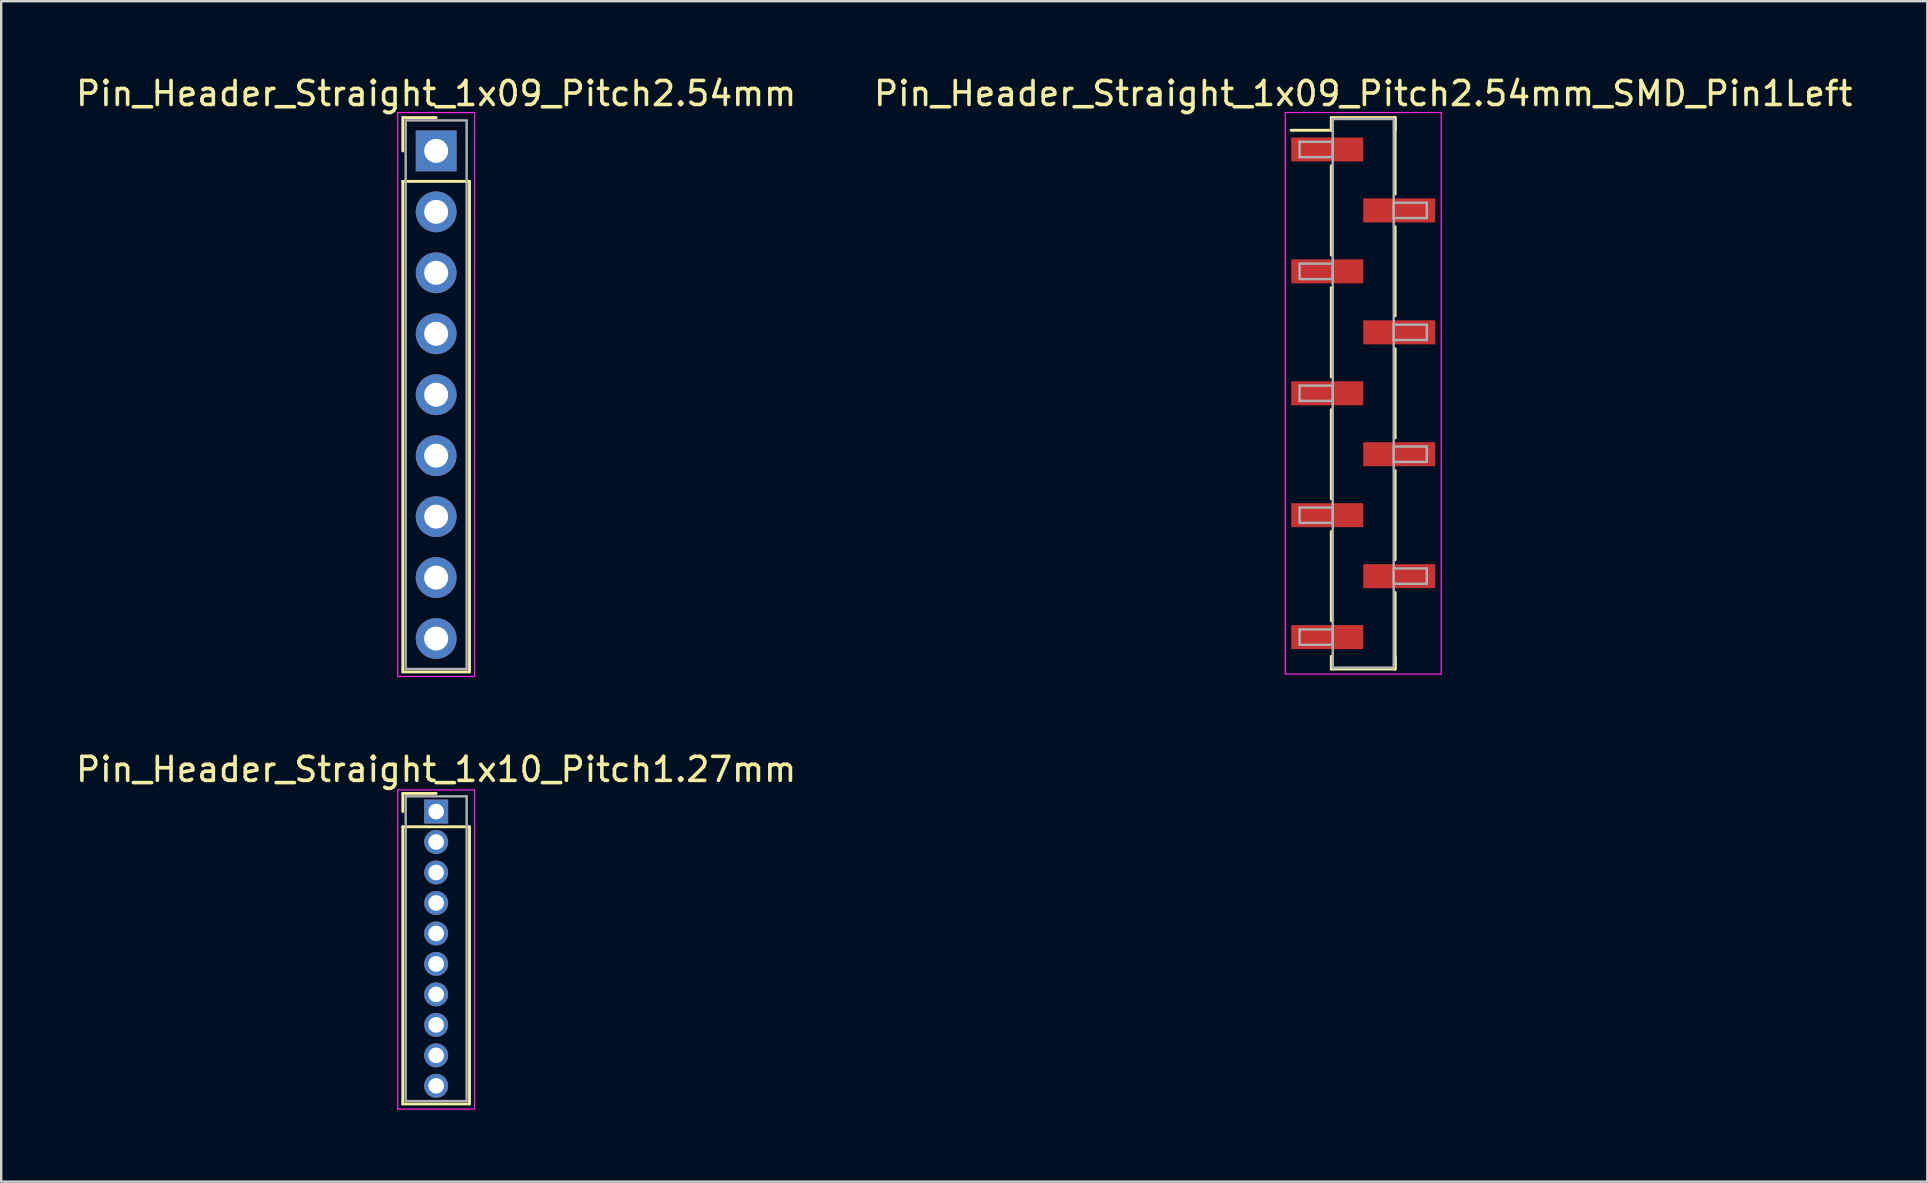
<source format=kicad_pcb>
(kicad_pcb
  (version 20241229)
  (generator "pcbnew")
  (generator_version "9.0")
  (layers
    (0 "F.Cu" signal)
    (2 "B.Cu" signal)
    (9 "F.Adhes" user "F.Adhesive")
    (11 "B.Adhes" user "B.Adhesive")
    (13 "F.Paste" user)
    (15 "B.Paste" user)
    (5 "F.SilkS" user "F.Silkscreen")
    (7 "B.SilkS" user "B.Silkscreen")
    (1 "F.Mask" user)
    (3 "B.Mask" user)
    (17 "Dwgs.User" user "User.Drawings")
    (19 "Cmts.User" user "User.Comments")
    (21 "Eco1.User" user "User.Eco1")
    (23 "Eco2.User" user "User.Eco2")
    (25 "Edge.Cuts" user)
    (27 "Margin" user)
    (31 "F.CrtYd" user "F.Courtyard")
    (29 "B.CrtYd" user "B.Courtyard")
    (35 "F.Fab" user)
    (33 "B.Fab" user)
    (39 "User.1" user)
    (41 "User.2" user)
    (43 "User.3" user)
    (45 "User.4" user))
  (footprint "Pin_Header_Straight_1x09_Pitch2.54mm_SMD_Pin1Left"
    (layer "F.Cu")
    (at 53.756 13.338)
    (property "Reference" "Pin_Header_Straight_1x09_Pitch2.54mm_SMD_Pin1Left" (at 0 -12.49 0) (layer "F.SilkS") (effects (font (size 1 1) (thickness 0.15))))
    (attr smd)
    (fp_line (start -1.33 -11.49) (end 1.33 -11.49) (stroke (width 0.12) (type solid)) (layer "F.SilkS"))
    (fp_line (start -1.33 -10.96) (end -3 -10.96) (stroke (width 0.12) (type solid)) (layer "F.SilkS"))
    (fp_line (start -1.33 -10.96) (end -1.33 -11.49) (stroke (width 0.12) (type solid)) (layer "F.SilkS"))
    (fp_line (start -1.33 -9.48) (end -1.33 -5.76) (stroke (width 0.12) (type solid)) (layer "F.SilkS"))
    (fp_line (start -1.33 -4.4) (end -1.33 -0.68) (stroke (width 0.12) (type solid)) (layer "F.SilkS"))
    (fp_line (start -1.33 0.68) (end -1.33 4.4) (stroke (width 0.12) (type solid)) (layer "F.SilkS"))
    (fp_line (start -1.33 5.76) (end -1.33 9.48) (stroke (width 0.12) (type solid)) (layer "F.SilkS"))
    (fp_line (start -1.33 10.96) (end -1.33 11.49) (stroke (width 0.12) (type solid)) (layer "F.SilkS"))
    (fp_line (start -1.33 11.49) (end 1.33 11.49) (stroke (width 0.12) (type solid)) (layer "F.SilkS"))
    (fp_line (start 1.33 -11.49) (end 1.33 -10.96) (stroke (width 0.12) (type solid)) (layer "F.SilkS"))
    (fp_line (start 1.33 -11.49) (end 1.33 -8.3) (stroke (width 0.12) (type solid)) (layer "F.SilkS"))
    (fp_line (start 1.33 -6.94) (end 1.33 -3.22) (stroke (width 0.12) (type solid)) (layer "F.SilkS"))
    (fp_line (start 1.33 -1.86) (end 1.33 1.86) (stroke (width 0.12) (type solid)) (layer "F.SilkS"))
    (fp_line (start 1.33 3.22) (end 1.33 6.94) (stroke (width 0.12) (type solid)) (layer "F.SilkS"))
    (fp_line (start 1.33 8.3) (end 1.33 11.49) (stroke (width 0.12) (type solid)) (layer "F.SilkS"))
    (fp_line (start 1.33 11.49) (end 1.33 10.96) (stroke (width 0.12) (type solid)) (layer "F.SilkS"))
    (fp_line (start -3.25 -11.7) (end -3.25 11.7) (stroke (width 0.05) (type solid)) (layer "F.CrtYd"))
    (fp_line (start -3.25 11.7) (end 3.25 11.7) (stroke (width 0.05) (type solid)) (layer "F.CrtYd"))
    (fp_line (start 3.25 -11.7) (end -3.25 -11.7) (stroke (width 0.05) (type solid)) (layer "F.CrtYd"))
    (fp_line (start 3.25 11.7) (end 3.25 -11.7) (stroke (width 0.05) (type solid)) (layer "F.CrtYd"))
    (fp_line (start -2.65 -10.48) (end -1.27 -10.48) (stroke (width 0.1) (type solid)) (layer "F.Fab"))
    (fp_line (start -2.65 -9.84) (end -2.65 -10.48) (stroke (width 0.1) (type solid)) (layer "F.Fab"))
    (fp_line (start -2.65 -5.4) (end -1.27 -5.4) (stroke (width 0.1) (type solid)) (layer "F.Fab"))
    (fp_line (start -2.65 -4.76) (end -2.65 -5.4) (stroke (width 0.1) (type solid)) (layer "F.Fab"))
    (fp_line (start -2.65 -0.32) (end -1.27 -0.32) (stroke (width 0.1) (type solid)) (layer "F.Fab"))
    (fp_line (start -2.65 0.32) (end -2.65 -0.32) (stroke (width 0.1) (type solid)) (layer "F.Fab"))
    (fp_line (start -2.65 4.76) (end -1.27 4.76) (stroke (width 0.1) (type solid)) (layer "F.Fab"))
    (fp_line (start -2.65 5.4) (end -2.65 4.76) (stroke (width 0.1) (type solid)) (layer "F.Fab"))
    (fp_line (start -2.65 9.84) (end -1.27 9.84) (stroke (width 0.1) (type solid)) (layer "F.Fab"))
    (fp_line (start -2.65 10.48) (end -2.65 9.84) (stroke (width 0.1) (type solid)) (layer "F.Fab"))
    (fp_line (start -1.27 -11.43) (end -1.27 11.43) (stroke (width 0.1) (type solid)) (layer "F.Fab"))
    (fp_line (start -1.27 -10.48) (end -1.27 -9.84) (stroke (width 0.1) (type solid)) (layer "F.Fab"))
    (fp_line (start -1.27 -9.84) (end -2.65 -9.84) (stroke (width 0.1) (type solid)) (layer "F.Fab"))
    (fp_line (start -1.27 -5.4) (end -1.27 -4.76) (stroke (width 0.1) (type solid)) (layer "F.Fab"))
    (fp_line (start -1.27 -4.76) (end -2.65 -4.76) (stroke (width 0.1) (type solid)) (layer "F.Fab"))
    (fp_line (start -1.27 -0.32) (end -1.27 0.32) (stroke (width 0.1) (type solid)) (layer "F.Fab"))
    (fp_line (start -1.27 0.32) (end -2.65 0.32) (stroke (width 0.1) (type solid)) (layer "F.Fab"))
    (fp_line (start -1.27 4.76) (end -1.27 5.4) (stroke (width 0.1) (type solid)) (layer "F.Fab"))
    (fp_line (start -1.27 5.4) (end -2.65 5.4) (stroke (width 0.1) (type solid)) (layer "F.Fab"))
    (fp_line (start -1.27 9.84) (end -1.27 10.48) (stroke (width 0.1) (type solid)) (layer "F.Fab"))
    (fp_line (start -1.27 10.48) (end -2.65 10.48) (stroke (width 0.1) (type solid)) (layer "F.Fab"))
    (fp_line (start -1.27 11.43) (end 1.27 11.43) (stroke (width 0.1) (type solid)) (layer "F.Fab"))
    (fp_line (start 1.27 -11.43) (end -1.27 -11.43) (stroke (width 0.1) (type solid)) (layer "F.Fab"))
    (fp_line (start 1.27 -7.94) (end 1.27 -7.3) (stroke (width 0.1) (type solid)) (layer "F.Fab"))
    (fp_line (start 1.27 -7.3) (end 2.65 -7.3) (stroke (width 0.1) (type solid)) (layer "F.Fab"))
    (fp_line (start 1.27 -2.86) (end 1.27 -2.22) (stroke (width 0.1) (type solid)) (layer "F.Fab"))
    (fp_line (start 1.27 -2.22) (end 2.65 -2.22) (stroke (width 0.1) (type solid)) (layer "F.Fab"))
    (fp_line (start 1.27 2.22) (end 1.27 2.86) (stroke (width 0.1) (type solid)) (layer "F.Fab"))
    (fp_line (start 1.27 2.86) (end 2.65 2.86) (stroke (width 0.1) (type solid)) (layer "F.Fab"))
    (fp_line (start 1.27 7.3) (end 1.27 7.94) (stroke (width 0.1) (type solid)) (layer "F.Fab"))
    (fp_line (start 1.27 7.94) (end 2.65 7.94) (stroke (width 0.1) (type solid)) (layer "F.Fab"))
    (fp_line (start 1.27 11.43) (end 1.27 -11.43) (stroke (width 0.1) (type solid)) (layer "F.Fab"))
    (fp_line (start 2.65 -7.94) (end 1.27 -7.94) (stroke (width 0.1) (type solid)) (layer "F.Fab"))
    (fp_line (start 2.65 -7.3) (end 2.65 -7.94) (stroke (width 0.1) (type solid)) (layer "F.Fab"))
    (fp_line (start 2.65 -2.86) (end 1.27 -2.86) (stroke (width 0.1) (type solid)) (layer "F.Fab"))
    (fp_line (start 2.65 -2.22) (end 2.65 -2.86) (stroke (width 0.1) (type solid)) (layer "F.Fab"))
    (fp_line (start 2.65 2.22) (end 1.27 2.22) (stroke (width 0.1) (type solid)) (layer "F.Fab"))
    (fp_line (start 2.65 2.86) (end 2.65 2.22) (stroke (width 0.1) (type solid)) (layer "F.Fab"))
    (fp_line (start 2.65 7.3) (end 1.27 7.3) (stroke (width 0.1) (type solid)) (layer "F.Fab"))
    (fp_line (start 2.65 7.94) (end 2.65 7.3) (stroke (width 0.1) (type solid)) (layer "F.Fab"))
    (pad "1" smd rect (at -1.5 -10.16) (size 3 1) (layers "F.Cu" "F.Mask"))
    (pad "2" smd rect (at 1.5 -7.62) (size 3 1) (layers "F.Cu" "F.Mask"))
    (pad "3" smd rect (at -1.5 -5.08) (size 3 1) (layers "F.Cu" "F.Mask"))
    (pad "4" smd rect (at 1.5 -2.54) (size 3 1) (layers "F.Cu" "F.Mask"))
    (pad "5" smd rect (at -1.5 0) (size 3 1) (layers "F.Cu" "F.Mask"))
    (pad "6" smd rect (at 1.5 2.54) (size 3 1) (layers "F.Cu" "F.Mask"))
    (pad "7" smd rect (at -1.5 5.08) (size 3 1) (layers "F.Cu" "F.Mask"))
    (pad "8" smd rect (at 1.5 7.62) (size 3 1) (layers "F.Cu" "F.Mask"))
    (pad "9" smd rect (at -1.5 10.16) (size 3 1) (layers "F.Cu" "F.Mask")))
  (footprint "Pin_Header_Straight_1x09_Pitch2.54mm"
    (layer "F.Cu")
    (at 15.125 3.238)
    (property "Reference" "Pin_Header_Straight_1x09_Pitch2.54mm" (at 0 -2.39 0) (layer "F.SilkS") (effects (font (size 1 1) (thickness 0.15))))
    (attr through_hole)
    (fp_line (start -1.39 -1.39) (end 0 -1.39) (stroke (width 0.12) (type solid)) (layer "F.SilkS"))
    (fp_line (start -1.39 0) (end -1.39 -1.39) (stroke (width 0.12) (type solid)) (layer "F.SilkS"))
    (fp_line (start -1.39 1.27) (end -1.39 21.71) (stroke (width 0.12) (type solid)) (layer "F.SilkS"))
    (fp_line (start -1.39 21.71) (end 1.39 21.71) (stroke (width 0.12) (type solid)) (layer "F.SilkS"))
    (fp_line (start 1.39 1.27) (end -1.39 1.27) (stroke (width 0.12) (type solid)) (layer "F.SilkS"))
    (fp_line (start 1.39 21.71) (end 1.39 1.27) (stroke (width 0.12) (type solid)) (layer "F.SilkS"))
    (fp_line (start -1.6 -1.6) (end -1.6 21.9) (stroke (width 0.05) (type solid)) (layer "F.CrtYd"))
    (fp_line (start -1.6 21.9) (end 1.6 21.9) (stroke (width 0.05) (type solid)) (layer "F.CrtYd"))
    (fp_line (start 1.6 -1.6) (end -1.6 -1.6) (stroke (width 0.05) (type solid)) (layer "F.CrtYd"))
    (fp_line (start 1.6 21.9) (end 1.6 -1.6) (stroke (width 0.05) (type solid)) (layer "F.CrtYd"))
    (fp_line (start -1.27 -1.27) (end -1.27 21.59) (stroke (width 0.1) (type solid)) (layer "F.Fab"))
    (fp_line (start -1.27 21.59) (end 1.27 21.59) (stroke (width 0.1) (type solid)) (layer "F.Fab"))
    (fp_line (start 1.27 -1.27) (end -1.27 -1.27) (stroke (width 0.1) (type solid)) (layer "F.Fab"))
    (fp_line (start 1.27 21.59) (end 1.27 -1.27) (stroke (width 0.1) (type solid)) (layer "F.Fab"))
    (pad "1" thru_hole rect (at 0 0) (size 1.7 1.7) (drill 1) (layers "*.Cu" "*.Mask"))
    (pad "2" thru_hole oval (at 0 2.54) (size 1.7 1.7) (drill 1) (layers "*.Cu" "*.Mask"))
    (pad "3" thru_hole oval (at 0 5.08) (size 1.7 1.7) (drill 1) (layers "*.Cu" "*.Mask"))
    (pad "4" thru_hole oval (at 0 7.62) (size 1.7 1.7) (drill 1) (layers "*.Cu" "*.Mask"))
    (pad "5" thru_hole oval (at 0 10.16) (size 1.7 1.7) (drill 1) (layers "*.Cu" "*.Mask"))
    (pad "6" thru_hole oval (at 0 12.7) (size 1.7 1.7) (drill 1) (layers "*.Cu" "*.Mask"))
    (pad "7" thru_hole oval (at 0 15.24) (size 1.7 1.7) (drill 1) (layers "*.Cu" "*.Mask"))
    (pad "8" thru_hole oval (at 0 17.78) (size 1.7 1.7) (drill 1) (layers "*.Cu" "*.Mask"))
    (pad "9" thru_hole oval (at 0 20.32) (size 1.7 1.7) (drill 1) (layers "*.Cu" "*.Mask")))
  (footprint "Pin_Header_Straight_1x10_Pitch1.27mm"
    (layer "F.Cu")
    (at 15.125 30.767)
    (property "Reference" "Pin_Header_Straight_1x10_Pitch1.27mm" (at 0 -1.755 0) (layer "F.SilkS") (effects (font (size 1 1) (thickness 0.15))))
    (attr through_hole)
    (fp_line (start -1.39 -0.755) (end 0 -0.755) (stroke (width 0.12) (type solid)) (layer "F.SilkS"))
    (fp_line (start -1.39 0) (end -1.39 -0.755) (stroke (width 0.12) (type solid)) (layer "F.SilkS"))
    (fp_line (start -1.39 0.635) (end -1.39 12.185) (stroke (width 0.12) (type solid)) (layer "F.SilkS"))
    (fp_line (start -1.39 12.185) (end 1.39 12.185) (stroke (width 0.12) (type solid)) (layer "F.SilkS"))
    (fp_line (start 1.39 0.635) (end -1.39 0.635) (stroke (width 0.12) (type solid)) (layer "F.SilkS"))
    (fp_line (start 1.39 12.185) (end 1.39 0.635) (stroke (width 0.12) (type solid)) (layer "F.SilkS"))
    (fp_line (start -1.6 -0.9) (end -1.6 12.4) (stroke (width 0.05) (type solid)) (layer "F.CrtYd"))
    (fp_line (start -1.6 12.4) (end 1.6 12.4) (stroke (width 0.05) (type solid)) (layer "F.CrtYd"))
    (fp_line (start 1.6 -0.9) (end -1.6 -0.9) (stroke (width 0.05) (type solid)) (layer "F.CrtYd"))
    (fp_line (start 1.6 12.4) (end 1.6 -0.9) (stroke (width 0.05) (type solid)) (layer "F.CrtYd"))
    (fp_line (start -1.27 -0.635) (end -1.27 12.065) (stroke (width 0.1) (type solid)) (layer "F.Fab"))
    (fp_line (start -1.27 12.065) (end 1.27 12.065) (stroke (width 0.1) (type solid)) (layer "F.Fab"))
    (fp_line (start 1.27 -0.635) (end -1.27 -0.635) (stroke (width 0.1) (type solid)) (layer "F.Fab"))
    (fp_line (start 1.27 12.065) (end 1.27 -0.635) (stroke (width 0.1) (type solid)) (layer "F.Fab"))
    (pad "1" thru_hole rect (at 0 0) (size 1 1) (drill 0.65) (layers "*.Cu" "*.Mask"))
    (pad "2" thru_hole oval (at 0 1.27) (size 1 1) (drill 0.65) (layers "*.Cu" "*.Mask"))
    (pad "3" thru_hole oval (at 0 2.54) (size 1 1) (drill 0.65) (layers "*.Cu" "*.Mask"))
    (pad "4" thru_hole oval (at 0 3.81) (size 1 1) (drill 0.65) (layers "*.Cu" "*.Mask"))
    (pad "5" thru_hole oval (at 0 5.08) (size 1 1) (drill 0.65) (layers "*.Cu" "*.Mask"))
    (pad "6" thru_hole oval (at 0 6.35) (size 1 1) (drill 0.65) (layers "*.Cu" "*.Mask"))
    (pad "7" thru_hole oval (at 0 7.62) (size 1 1) (drill 0.65) (layers "*.Cu" "*.Mask"))
    (pad "8" thru_hole oval (at 0 8.89) (size 1 1) (drill 0.65) (layers "*.Cu" "*.Mask"))
    (pad "9" thru_hole oval (at 0 10.16) (size 1 1) (drill 0.65) (layers "*.Cu" "*.Mask"))
    (pad "10" thru_hole oval (at 0 11.43) (size 1 1) (drill 0.65) (layers "*.Cu" "*.Mask")))
  (gr_rect
    (start -3 -3)
    (end 77.262 46.191)
    (stroke (width 0.1) (type default))
    (fill no)
    (layer "Edge.Cuts")))
</source>
